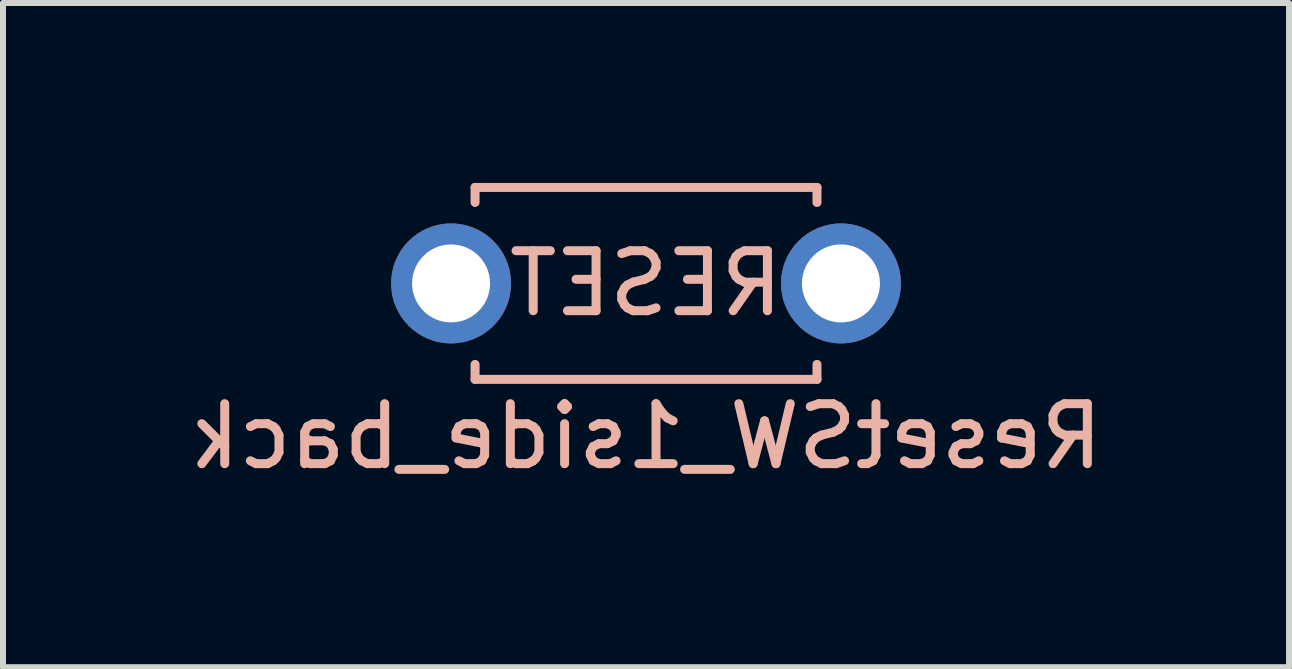
<source format=kicad_pcb>
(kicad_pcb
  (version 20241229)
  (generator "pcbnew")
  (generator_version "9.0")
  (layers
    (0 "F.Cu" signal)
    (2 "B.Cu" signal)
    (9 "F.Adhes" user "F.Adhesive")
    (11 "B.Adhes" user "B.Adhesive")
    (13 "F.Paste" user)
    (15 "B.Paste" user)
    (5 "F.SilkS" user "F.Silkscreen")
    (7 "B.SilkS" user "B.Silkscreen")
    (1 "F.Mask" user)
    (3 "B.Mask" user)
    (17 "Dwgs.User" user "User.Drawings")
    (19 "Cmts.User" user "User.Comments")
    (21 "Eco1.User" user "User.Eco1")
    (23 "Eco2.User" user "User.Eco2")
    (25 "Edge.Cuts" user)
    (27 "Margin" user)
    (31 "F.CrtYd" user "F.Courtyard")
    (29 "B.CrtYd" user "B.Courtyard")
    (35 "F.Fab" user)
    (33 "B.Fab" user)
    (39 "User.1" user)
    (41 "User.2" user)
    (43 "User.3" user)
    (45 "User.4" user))
  (footprint "ResetSW_1side_back"
    (layer "F.Cu")
    (at 7.72 1.675)
    (property "Reference" "ResetSW_1side_back" (at 0 2.55 0) (layer "B.SilkS") (effects (font (size 1 1) (thickness 0.15)) (justify mirror)))
    (attr through_hole)
    (fp_line (start -2.85 -1.6) (end -2.85 -1.35) (stroke (width 0.15) (type solid)) (layer "B.SilkS"))
    (fp_line (start -2.85 1.6) (end -2.85 1.35) (stroke (width 0.15) (type solid)) (layer "B.SilkS"))
    (fp_line (start 2.85 -1.6) (end -2.85 -1.6) (stroke (width 0.15) (type solid)) (layer "B.SilkS"))
    (fp_line (start 2.85 -1.6) (end 2.85 -1.35) (stroke (width 0.15) (type solid)) (layer "B.SilkS"))
    (fp_line (start 2.85 1.6) (end -2.85 1.6) (stroke (width 0.15) (type solid)) (layer "B.SilkS"))
    (fp_line (start 2.85 1.6) (end 2.85 1.35) (stroke (width 0.15) (type solid)) (layer "B.SilkS"))
    (fp_text user "RESET" (at 0 0 0) (layer "B.SilkS") (effects (font (size 1 1) (thickness 0.15)) (justify mirror)))
    (pad "1" thru_hole circle (at -3.25 0) (size 2 2) (drill 1.3) (layers "*.Cu" "F.Mask"))
    (pad "2" thru_hole circle (at 3.25 0) (size 2 2) (drill 1.3) (layers "*.Cu" "F.Mask")))
  (gr_rect
    (start -3 -3)
    (end 18.44 8.073)
    (stroke (width 0.1) (type default))
    (fill no)
    (layer "Edge.Cuts")))
</source>
